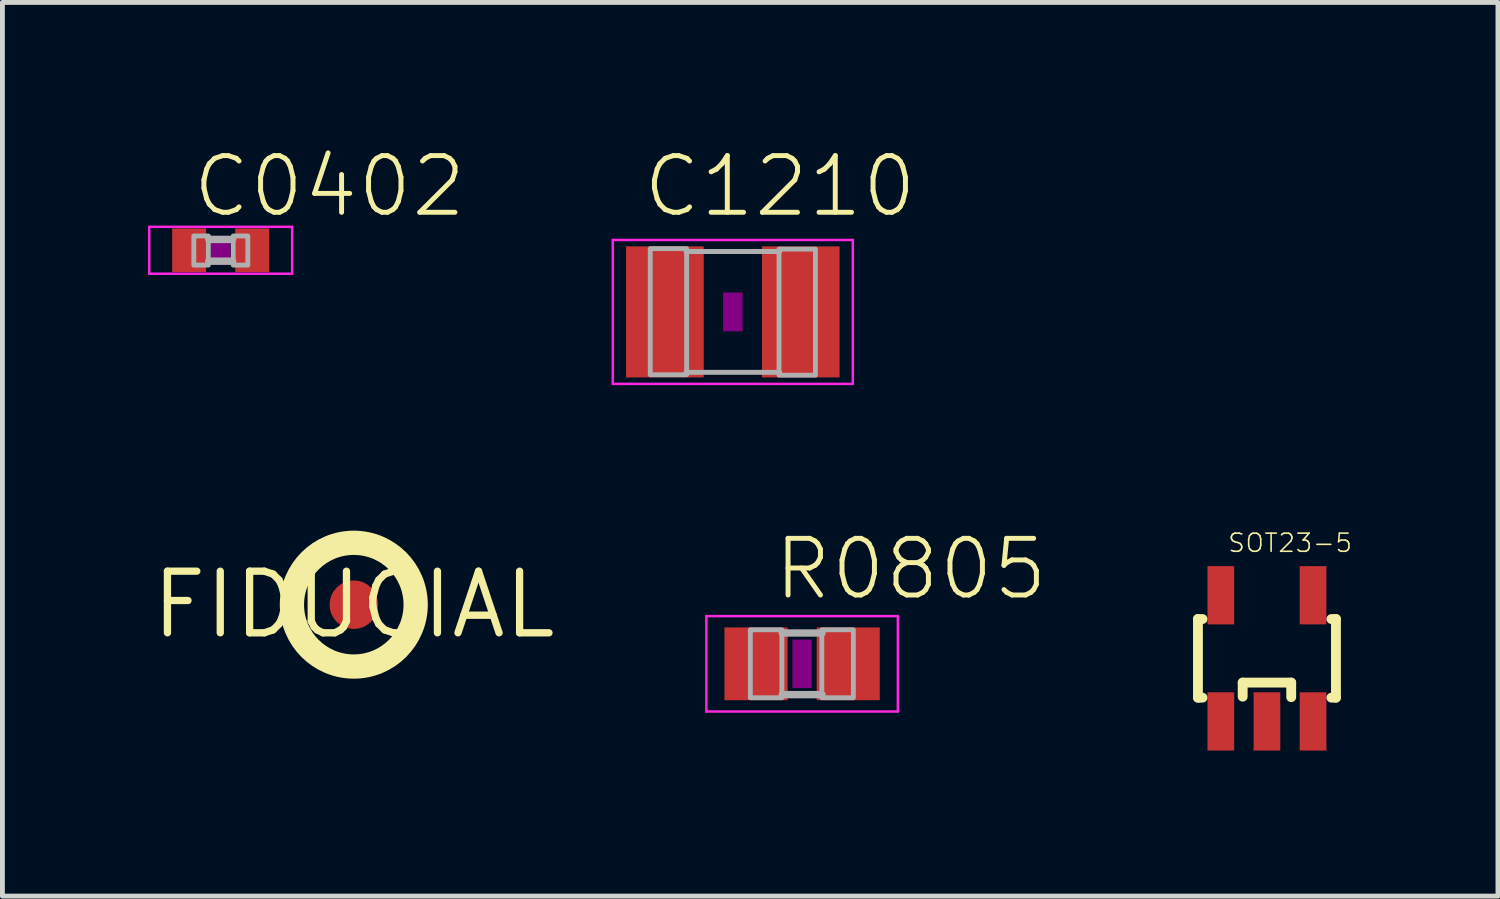
<source format=kicad_pcb>
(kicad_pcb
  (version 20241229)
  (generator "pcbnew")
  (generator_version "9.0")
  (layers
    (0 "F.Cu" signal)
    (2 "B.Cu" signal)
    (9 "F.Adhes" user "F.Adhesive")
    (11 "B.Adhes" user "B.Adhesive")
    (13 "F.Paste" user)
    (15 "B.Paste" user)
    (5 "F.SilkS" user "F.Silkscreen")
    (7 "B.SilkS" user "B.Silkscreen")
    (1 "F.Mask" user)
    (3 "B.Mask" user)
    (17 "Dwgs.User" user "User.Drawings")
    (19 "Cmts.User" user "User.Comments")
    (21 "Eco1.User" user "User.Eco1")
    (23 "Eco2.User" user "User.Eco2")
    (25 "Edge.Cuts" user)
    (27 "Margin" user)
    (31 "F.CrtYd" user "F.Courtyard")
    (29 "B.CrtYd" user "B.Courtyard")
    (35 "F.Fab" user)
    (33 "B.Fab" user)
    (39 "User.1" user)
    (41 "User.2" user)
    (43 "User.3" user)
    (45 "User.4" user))
  (footprint "FIDUCIAL"
    (layer "F.Cu")
    (at 4.241 9.411)
    (property "Reference" "FIDUCIAL" (at 0 0 0) (layer "F.SilkS") (effects (font (size 1.27 1.27) (thickness 0.15))))
    (fp_circle (center 0 0) (end 0.25 0) (stroke (width 0.5) (type solid)) (fill no) (layer "F.Cu"))
    (fp_circle (center 0 0) (end 0.25 0) (stroke (width 0.5) (type solid)) (fill no) (layer "F.Mask"))
    (fp_circle (center 0 0) (end 1.275 0) (stroke (width 0.5) (type solid)) (fill no) (layer "F.SilkS")))
  (footprint "R0805"
    (layer "F.Cu")
    (at 13.48 10.63)
    (property "Reference" "R0805" (at -0.635 -1.27 0) (layer "F.SilkS") (effects (font (size 1.168 1.168) (thickness 0.102)) (justify left bottom)))
    (fp_poly (pts (xy -0.2 0.5) (xy 0.2 0.5) (xy 0.2 -0.5) (xy -0.2 -0.5)) (stroke (width 0) (type solid)) (fill yes) (layer "F.Adhes"))
    (fp_line (start -1.973 -0.983) (end 1.973 -0.983) (stroke (width 0.051) (type solid)) (layer "F.CrtYd"))
    (fp_line (start -1.973 0.983) (end -1.973 -0.983) (stroke (width 0.051) (type solid)) (layer "F.CrtYd"))
    (fp_line (start 1.973 -0.983) (end 1.973 0.983) (stroke (width 0.051) (type solid)) (layer "F.CrtYd"))
    (fp_line (start 1.973 0.983) (end -1.973 0.983) (stroke (width 0.051) (type solid)) (layer "F.CrtYd"))
    (fp_line (start -0.41 -0.635) (end 0.41 -0.635) (stroke (width 0.152) (type solid)) (layer "F.Fab"))
    (fp_line (start -0.41 0.635) (end 0.41 0.635) (stroke (width 0.152) (type solid)) (layer "F.Fab"))
    (fp_poly (pts (xy -1.067 0.699) (xy -0.417 0.699) (xy -0.417 -0.702) (xy -1.067 -0.702)) (stroke (width 0.1) (type solid)) (fill no) (layer "F.Fab"))
    (fp_poly (pts (xy 0.406 0.699) (xy 1.056 0.699) (xy 1.056 -0.702) (xy 0.406 -0.702)) (stroke (width 0.1) (type solid)) (fill no) (layer "F.Fab"))
    (pad "1" smd rect (at -0.95 0) (size 1.3 1.5) (layers "F.Cu" "F.Mask" "F.Paste"))
    (pad "2" smd rect (at 0.95 0) (size 1.3 1.5) (layers "F.Cu" "F.Mask" "F.Paste")))
  (footprint "SOT23-5"
    (layer "F.Cu")
    (at 23.059 10.517)
    (property "Reference" "SOT23-5" (at -0.826 -2.159 0) (layer "F.SilkS") (effects (font (size 0.374 0.374) (thickness 0.033)) (justify left bottom)))
    (fp_line (start -1.422 -0.81) (end -1.328 -0.81) (stroke (width 0.203) (type solid)) (layer "F.SilkS"))
    (fp_line (start -1.422 0.81) (end -1.422 -0.81) (stroke (width 0.203) (type solid)) (layer "F.SilkS"))
    (fp_line (start -1.328 0.81) (end -1.422 0.81) (stroke (width 0.203) (type solid)) (layer "F.SilkS"))
    (fp_line (start -0.5 0.5) (end -0.5 0.79) (stroke (width 0.203) (type solid)) (layer "F.SilkS"))
    (fp_line (start 0.5 0.5) (end -0.5 0.5) (stroke (width 0.203) (type solid)) (layer "F.SilkS"))
    (fp_line (start 0.5 0.5) (end 0.5 0.8) (stroke (width 0.203) (type solid)) (layer "F.SilkS"))
    (fp_line (start 1.328 -0.81) (end 1.422 -0.81) (stroke (width 0.203) (type solid)) (layer "F.SilkS"))
    (fp_line (start 1.422 -0.81) (end 1.422 0.81) (stroke (width 0.203) (type solid)) (layer "F.SilkS"))
    (fp_line (start 1.422 0.81) (end 1.328 0.81) (stroke (width 0.203) (type solid)) (layer "F.SilkS"))
    (pad "1" smd rect (at -0.95 1.3) (size 0.55 1.2) (layers "F.Cu" "F.Mask" "F.Paste"))
    (pad "2" smd rect (at 0 1.3) (size 0.55 1.2) (layers "F.Cu" "F.Mask" "F.Paste"))
    (pad "3" smd rect (at 0.95 1.3) (size 0.55 1.2) (layers "F.Cu" "F.Mask" "F.Paste"))
    (pad "4" smd rect (at 0.95 -1.3) (size 0.55 1.2) (layers "F.Cu" "F.Mask" "F.Paste"))
    (pad "5" smd rect (at -0.95 -1.3) (size 0.55 1.2) (layers "F.Cu" "F.Mask" "F.Paste")))
  (footprint "C0402"
    (layer "F.Cu")
    (at 1.498 2.108)
    (property "Reference" "C0402" (at -0.635 -0.635 0) (layer "F.SilkS") (effects (font (size 1.168 1.168) (thickness 0.102)) (justify left bottom)))
    (fp_poly (pts (xy -0.2 0.3) (xy 0.2 0.3) (xy 0.2 -0.3) (xy -0.2 -0.3)) (stroke (width 0) (type solid)) (fill yes) (layer "F.Adhes"))
    (fp_line (start -1.473 -0.483) (end 1.473 -0.483) (stroke (width 0.051) (type solid)) (layer "F.CrtYd"))
    (fp_line (start -1.473 0.483) (end -1.473 -0.483) (stroke (width 0.051) (type solid)) (layer "F.CrtYd"))
    (fp_line (start 1.473 -0.483) (end 1.473 0.483) (stroke (width 0.051) (type solid)) (layer "F.CrtYd"))
    (fp_line (start 1.473 0.483) (end -1.473 0.483) (stroke (width 0.051) (type solid)) (layer "F.CrtYd"))
    (fp_line (start -0.245 -0.224) (end 0.245 -0.224) (stroke (width 0.152) (type solid)) (layer "F.Fab"))
    (fp_line (start 0.245 0.224) (end -0.245 0.224) (stroke (width 0.152) (type solid)) (layer "F.Fab"))
    (fp_poly (pts (xy -0.554 0.305) (xy -0.254 0.305) (xy -0.254 -0.295) (xy -0.554 -0.295)) (stroke (width 0.1) (type solid)) (fill no) (layer "F.Fab"))
    (fp_poly (pts (xy 0.259 0.305) (xy 0.559 0.305) (xy 0.559 -0.295) (xy 0.259 -0.295)) (stroke (width 0.1) (type solid)) (fill no) (layer "F.Fab"))
    (pad "1" smd rect (at -0.65 0) (size 0.7 0.9) (layers "F.Cu" "F.Mask" "F.Paste"))
    (pad "2" smd rect (at 0.65 0) (size 0.7 0.9) (layers "F.Cu" "F.Mask" "F.Paste")))
  (footprint "C1210"
    (layer "F.Cu")
    (at 12.052 3.378)
    (property "Reference" "C1210" (at -1.905 -1.905 0) (layer "F.SilkS") (effects (font (size 1.168 1.168) (thickness 0.102)) (justify left bottom)))
    (fp_poly (pts (xy -0.2 0.4) (xy 0.2 0.4) (xy 0.2 -0.4) (xy -0.2 -0.4)) (stroke (width 0) (type solid)) (fill yes) (layer "F.Adhes"))
    (fp_line (start -2.473 -1.483) (end 2.473 -1.483) (stroke (width 0.051) (type solid)) (layer "F.CrtYd"))
    (fp_line (start -2.473 1.483) (end -2.473 -1.483) (stroke (width 0.051) (type solid)) (layer "F.CrtYd"))
    (fp_line (start 2.473 -1.483) (end 2.473 1.483) (stroke (width 0.051) (type solid)) (layer "F.CrtYd"))
    (fp_line (start 2.473 1.483) (end -2.473 1.483) (stroke (width 0.051) (type solid)) (layer "F.CrtYd"))
    (fp_line (start -0.965 -1.245) (end 0.965 -1.245) (stroke (width 0.102) (type solid)) (layer "F.Fab"))
    (fp_line (start -0.965 1.245) (end 0.965 1.245) (stroke (width 0.102) (type solid)) (layer "F.Fab"))
    (fp_poly (pts (xy -1.702 1.295) (xy -0.952 1.295) (xy -0.952 -1.304) (xy -1.702 -1.304)) (stroke (width 0.1) (type solid)) (fill no) (layer "F.Fab"))
    (fp_poly (pts (xy 0.952 1.304) (xy 1.702 1.304) (xy 1.702 -1.295) (xy 0.952 -1.295)) (stroke (width 0.1) (type solid)) (fill no) (layer "F.Fab"))
    (pad "1" smd rect (at -1.4 0) (size 1.6 2.7) (layers "F.Cu" "F.Mask" "F.Paste"))
    (pad "2" smd rect (at 1.4 0) (size 1.6 2.7) (layers "F.Cu" "F.Mask" "F.Paste")))
  (gr_rect
    (start -3 -3)
    (end 27.82 15.417)
    (stroke (width 0.1) (type default))
    (fill no)
    (layer "Edge.Cuts")))
</source>
